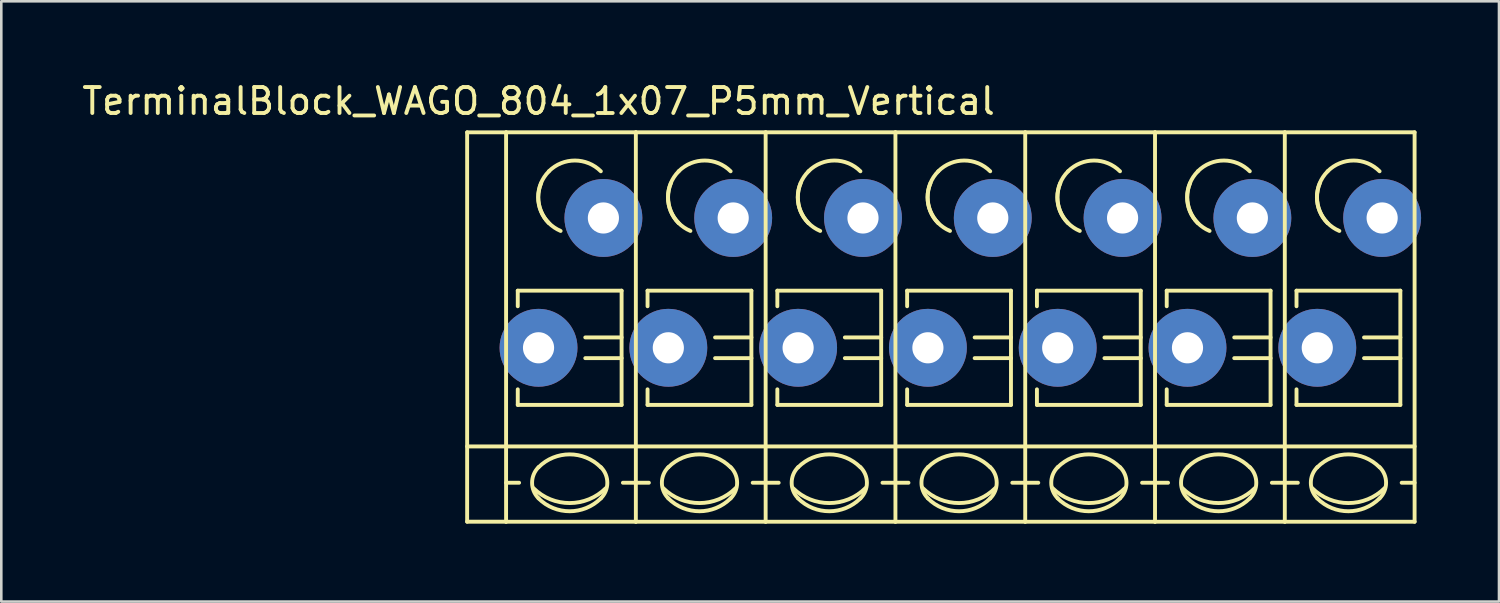
<source format=kicad_pcb>
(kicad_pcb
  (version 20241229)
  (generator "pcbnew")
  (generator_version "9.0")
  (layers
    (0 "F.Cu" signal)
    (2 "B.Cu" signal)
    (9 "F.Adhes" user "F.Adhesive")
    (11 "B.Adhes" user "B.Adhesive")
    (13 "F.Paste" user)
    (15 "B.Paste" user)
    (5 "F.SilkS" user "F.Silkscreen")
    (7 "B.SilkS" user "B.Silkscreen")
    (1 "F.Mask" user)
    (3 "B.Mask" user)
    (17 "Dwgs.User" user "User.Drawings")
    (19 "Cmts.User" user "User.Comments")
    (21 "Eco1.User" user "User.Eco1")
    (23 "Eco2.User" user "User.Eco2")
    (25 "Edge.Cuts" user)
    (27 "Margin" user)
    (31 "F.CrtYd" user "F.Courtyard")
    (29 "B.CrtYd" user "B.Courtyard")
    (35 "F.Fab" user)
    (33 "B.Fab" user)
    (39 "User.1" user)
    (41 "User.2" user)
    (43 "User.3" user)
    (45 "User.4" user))
  (footprint "TerminalBlock_WAGO_804_1x07_P5mm_Vertical"
    (layer "F.Cu")
    (at 17.696 10.348)
    (property "Reference" "TerminalBlock_WAGO_804_1x07_P5mm_Vertical" (at 0 -9.5 0) (layer "F.SilkS") (effects (font (size 1 1) (thickness 0.15))))
    (attr through_hole)
    (fp_line (start -2.75 -8.3) (end -1.25 -8.3) (stroke (width 0.15) (type solid)) (layer "F.SilkS"))
    (fp_line (start -2.75 6.7) (end -2.75 -8.3) (stroke (width 0.15) (type solid)) (layer "F.SilkS"))
    (fp_line (start -1.25 6.7) (end -2.75 6.7) (stroke (width 0.15) (type solid)) (layer "F.SilkS"))
    (fp_line (start -1.25 5.199) (end -0.749 5.199) (stroke (width 0.15) (type solid)) (layer "F.SilkS"))
    (fp_line (start -1.25 6.701) (end -1.25 -8.301) (stroke (width 0.15) (type solid)) (layer "F.SilkS"))
    (fp_line (start -0.8 -2.2) (end -0.8 -1.6) (stroke (width 0.15) (type solid)) (layer "F.SilkS"))
    (fp_line (start -0.8 -2.2) (end 3.2 -2.2) (stroke (width 0.15) (type solid)) (layer "F.SilkS"))
    (fp_line (start -0.8 2.2) (end -0.8 1.6) (stroke (width 0.15) (type solid)) (layer "F.SilkS"))
    (fp_line (start 3.2 -2.2) (end 3.2 2.2) (stroke (width 0.15) (type solid)) (layer "F.SilkS"))
    (fp_line (start 3.2 -0.399) (end 1.801 -0.399) (stroke (width 0.15) (type solid)) (layer "F.SilkS"))
    (fp_line (start 3.2 0.399) (end 1.801 0.399) (stroke (width 0.15) (type solid)) (layer "F.SilkS"))
    (fp_line (start 3.2 2.2) (end -0.8 2.2) (stroke (width 0.15) (type solid)) (layer "F.SilkS"))
    (fp_line (start 3.749 -8.301) (end -1.25 -8.301) (stroke (width 0.15) (type solid)) (layer "F.SilkS"))
    (fp_line (start 3.749 -8.301) (end 3.749 6.701) (stroke (width 0.15) (type solid)) (layer "F.SilkS"))
    (fp_line (start 3.749 5.199) (end 3.251 5.199) (stroke (width 0.15) (type solid)) (layer "F.SilkS"))
    (fp_line (start 3.749 6.701) (end -1.25 6.701) (stroke (width 0.15) (type solid)) (layer "F.SilkS"))
    (fp_line (start 3.75 3.8) (end -2.75 3.8) (stroke (width 0.15) (type solid)) (layer "F.SilkS"))
    (fp_line (start 3.75 3.8) (end 8.75 3.8) (stroke (width 0.15) (type solid)) (layer "F.SilkS"))
    (fp_line (start 3.75 5.199) (end 4.251 5.199) (stroke (width 0.15) (type solid)) (layer "F.SilkS"))
    (fp_line (start 4.2 -2.2) (end 4.2 -1.6) (stroke (width 0.15) (type solid)) (layer "F.SilkS"))
    (fp_line (start 4.2 -2.2) (end 8.2 -2.2) (stroke (width 0.15) (type solid)) (layer "F.SilkS"))
    (fp_line (start 4.2 2.2) (end 4.2 1.6) (stroke (width 0.15) (type solid)) (layer "F.SilkS"))
    (fp_line (start 8.2 -2.2) (end 8.2 2.2) (stroke (width 0.15) (type solid)) (layer "F.SilkS"))
    (fp_line (start 8.2 -0.399) (end 6.801 -0.399) (stroke (width 0.15) (type solid)) (layer "F.SilkS"))
    (fp_line (start 8.2 0.399) (end 6.801 0.399) (stroke (width 0.15) (type solid)) (layer "F.SilkS"))
    (fp_line (start 8.2 2.2) (end 4.2 2.2) (stroke (width 0.15) (type solid)) (layer "F.SilkS"))
    (fp_line (start 8.749 -8.301) (end 3.75 -8.301) (stroke (width 0.15) (type solid)) (layer "F.SilkS"))
    (fp_line (start 8.749 -8.301) (end 8.749 6.701) (stroke (width 0.15) (type solid)) (layer "F.SilkS"))
    (fp_line (start 8.749 5.199) (end 8.251 5.199) (stroke (width 0.15) (type solid)) (layer "F.SilkS"))
    (fp_line (start 8.749 6.701) (end 3.75 6.701) (stroke (width 0.15) (type solid)) (layer "F.SilkS"))
    (fp_line (start 8.75 3.8) (end 13.75 3.8) (stroke (width 0.15) (type solid)) (layer "F.SilkS"))
    (fp_line (start 8.75 5.199) (end 9.251 5.199) (stroke (width 0.15) (type solid)) (layer "F.SilkS"))
    (fp_line (start 9.2 -2.2) (end 9.2 -1.6) (stroke (width 0.15) (type solid)) (layer "F.SilkS"))
    (fp_line (start 9.2 -2.2) (end 13.2 -2.2) (stroke (width 0.15) (type solid)) (layer "F.SilkS"))
    (fp_line (start 9.2 2.2) (end 9.2 1.6) (stroke (width 0.15) (type solid)) (layer "F.SilkS"))
    (fp_line (start 13.2 -2.2) (end 13.2 2.2) (stroke (width 0.15) (type solid)) (layer "F.SilkS"))
    (fp_line (start 13.2 -0.399) (end 11.801 -0.399) (stroke (width 0.15) (type solid)) (layer "F.SilkS"))
    (fp_line (start 13.2 0.399) (end 11.801 0.399) (stroke (width 0.15) (type solid)) (layer "F.SilkS"))
    (fp_line (start 13.2 2.2) (end 9.2 2.2) (stroke (width 0.15) (type solid)) (layer "F.SilkS"))
    (fp_line (start 13.749 -8.301) (end 8.75 -8.301) (stroke (width 0.15) (type solid)) (layer "F.SilkS"))
    (fp_line (start 13.749 -8.301) (end 13.749 6.701) (stroke (width 0.15) (type solid)) (layer "F.SilkS"))
    (fp_line (start 13.749 5.199) (end 13.251 5.199) (stroke (width 0.15) (type solid)) (layer "F.SilkS"))
    (fp_line (start 13.749 6.701) (end 8.75 6.701) (stroke (width 0.15) (type solid)) (layer "F.SilkS"))
    (fp_line (start 13.75 3.8) (end 18.75 3.8) (stroke (width 0.15) (type solid)) (layer "F.SilkS"))
    (fp_line (start 13.75 5.199) (end 14.251 5.199) (stroke (width 0.15) (type solid)) (layer "F.SilkS"))
    (fp_line (start 14.2 -2.2) (end 14.2 -1.6) (stroke (width 0.15) (type solid)) (layer "F.SilkS"))
    (fp_line (start 14.2 -2.2) (end 18.2 -2.2) (stroke (width 0.15) (type solid)) (layer "F.SilkS"))
    (fp_line (start 14.2 2.2) (end 14.2 1.6) (stroke (width 0.15) (type solid)) (layer "F.SilkS"))
    (fp_line (start 18.2 -2.2) (end 18.2 2.2) (stroke (width 0.15) (type solid)) (layer "F.SilkS"))
    (fp_line (start 18.2 -0.399) (end 16.801 -0.399) (stroke (width 0.15) (type solid)) (layer "F.SilkS"))
    (fp_line (start 18.2 0.399) (end 16.801 0.399) (stroke (width 0.15) (type solid)) (layer "F.SilkS"))
    (fp_line (start 18.2 2.2) (end 14.2 2.2) (stroke (width 0.15) (type solid)) (layer "F.SilkS"))
    (fp_line (start 18.749 -8.301) (end 13.75 -8.301) (stroke (width 0.15) (type solid)) (layer "F.SilkS"))
    (fp_line (start 18.749 -8.301) (end 18.749 6.701) (stroke (width 0.15) (type solid)) (layer "F.SilkS"))
    (fp_line (start 18.749 5.199) (end 18.251 5.199) (stroke (width 0.15) (type solid)) (layer "F.SilkS"))
    (fp_line (start 18.749 6.701) (end 13.75 6.701) (stroke (width 0.15) (type solid)) (layer "F.SilkS"))
    (fp_line (start 18.75 3.8) (end 23.75 3.8) (stroke (width 0.15) (type solid)) (layer "F.SilkS"))
    (fp_line (start 18.75 5.199) (end 19.251 5.199) (stroke (width 0.15) (type solid)) (layer "F.SilkS"))
    (fp_line (start 19.2 -2.2) (end 19.2 -1.6) (stroke (width 0.15) (type solid)) (layer "F.SilkS"))
    (fp_line (start 19.2 -2.2) (end 23.2 -2.2) (stroke (width 0.15) (type solid)) (layer "F.SilkS"))
    (fp_line (start 19.2 2.2) (end 19.2 1.6) (stroke (width 0.15) (type solid)) (layer "F.SilkS"))
    (fp_line (start 23.2 -2.2) (end 23.2 2.2) (stroke (width 0.15) (type solid)) (layer "F.SilkS"))
    (fp_line (start 23.2 -0.399) (end 21.801 -0.399) (stroke (width 0.15) (type solid)) (layer "F.SilkS"))
    (fp_line (start 23.2 0.399) (end 21.801 0.399) (stroke (width 0.15) (type solid)) (layer "F.SilkS"))
    (fp_line (start 23.2 2.2) (end 19.2 2.2) (stroke (width 0.15) (type solid)) (layer "F.SilkS"))
    (fp_line (start 23.749 -8.301) (end 18.75 -8.301) (stroke (width 0.15) (type solid)) (layer "F.SilkS"))
    (fp_line (start 23.749 -8.301) (end 23.749 6.701) (stroke (width 0.15) (type solid)) (layer "F.SilkS"))
    (fp_line (start 23.749 5.199) (end 23.251 5.199) (stroke (width 0.15) (type solid)) (layer "F.SilkS"))
    (fp_line (start 23.749 6.701) (end 18.75 6.701) (stroke (width 0.15) (type solid)) (layer "F.SilkS"))
    (fp_line (start 23.75 3.8) (end 28.75 3.8) (stroke (width 0.15) (type solid)) (layer "F.SilkS"))
    (fp_line (start 23.75 5.199) (end 24.251 5.199) (stroke (width 0.15) (type solid)) (layer "F.SilkS"))
    (fp_line (start 24.2 -2.2) (end 24.2 -1.6) (stroke (width 0.15) (type solid)) (layer "F.SilkS"))
    (fp_line (start 24.2 -2.2) (end 28.2 -2.2) (stroke (width 0.15) (type solid)) (layer "F.SilkS"))
    (fp_line (start 24.2 2.2) (end 24.2 1.6) (stroke (width 0.15) (type solid)) (layer "F.SilkS"))
    (fp_line (start 28.2 -2.2) (end 28.2 2.2) (stroke (width 0.15) (type solid)) (layer "F.SilkS"))
    (fp_line (start 28.2 -0.399) (end 26.801 -0.399) (stroke (width 0.15) (type solid)) (layer "F.SilkS"))
    (fp_line (start 28.2 0.399) (end 26.801 0.399) (stroke (width 0.15) (type solid)) (layer "F.SilkS"))
    (fp_line (start 28.2 2.2) (end 24.2 2.2) (stroke (width 0.15) (type solid)) (layer "F.SilkS"))
    (fp_line (start 28.749 -8.301) (end 23.75 -8.301) (stroke (width 0.15) (type solid)) (layer "F.SilkS"))
    (fp_line (start 28.749 -8.301) (end 28.749 6.701) (stroke (width 0.15) (type solid)) (layer "F.SilkS"))
    (fp_line (start 28.749 5.199) (end 28.251 5.199) (stroke (width 0.15) (type solid)) (layer "F.SilkS"))
    (fp_line (start 28.749 6.701) (end 23.75 6.701) (stroke (width 0.15) (type solid)) (layer "F.SilkS"))
    (fp_line (start 28.75 3.8) (end 33.75 3.8) (stroke (width 0.15) (type solid)) (layer "F.SilkS"))
    (fp_line (start 28.75 5.199) (end 29.251 5.199) (stroke (width 0.15) (type solid)) (layer "F.SilkS"))
    (fp_line (start 29.2 -2.2) (end 29.2 -1.6) (stroke (width 0.15) (type solid)) (layer "F.SilkS"))
    (fp_line (start 29.2 -2.2) (end 33.2 -2.2) (stroke (width 0.15) (type solid)) (layer "F.SilkS"))
    (fp_line (start 29.2 2.2) (end 29.2 1.6) (stroke (width 0.15) (type solid)) (layer "F.SilkS"))
    (fp_line (start 33.2 -2.2) (end 33.2 2.2) (stroke (width 0.15) (type solid)) (layer "F.SilkS"))
    (fp_line (start 33.2 -0.399) (end 31.801 -0.399) (stroke (width 0.15) (type solid)) (layer "F.SilkS"))
    (fp_line (start 33.2 0.399) (end 31.801 0.399) (stroke (width 0.15) (type solid)) (layer "F.SilkS"))
    (fp_line (start 33.2 2.2) (end 29.2 2.2) (stroke (width 0.15) (type solid)) (layer "F.SilkS"))
    (fp_line (start 33.749 -8.301) (end 28.75 -8.301) (stroke (width 0.15) (type solid)) (layer "F.SilkS"))
    (fp_line (start 33.749 -8.301) (end 33.749 6.701) (stroke (width 0.15) (type solid)) (layer "F.SilkS"))
    (fp_line (start 33.749 5.199) (end 33.251 5.199) (stroke (width 0.15) (type solid)) (layer "F.SilkS"))
    (fp_line (start 33.749 6.701) (end 28.75 6.701) (stroke (width 0.15) (type solid)) (layer "F.SilkS"))
    (fp_arc (start 0 4.60248) (mid 1.19888 4.105888) (end 2.39776 4.60248) (stroke (width 0.15) (type solid)) (layer "F.SilkS"))
    (fp_arc (start 0 5.79882) (mid -0.248296 5.19938) (end 0 4.59994) (stroke (width 0.15) (type solid)) (layer "F.SilkS"))
    (fp_arc (start 0.39878 -6.79958) (mid 1.39954 -7.214108) (end 2.4003 -6.79958) (stroke (width 0.15) (type solid)) (layer "F.SilkS"))
    (fp_arc (start 0.39878 -4.8006) (mid -0.013952 -5.800616) (end 0.40132 -6.79958) (stroke (width 0.15) (type solid)) (layer "F.SilkS"))
    (fp_arc (start 0.8509 -4.50088) (mid 0.093811 -5.268985) (end 0.1016 -6.34746) (stroke (width 0.15) (type solid)) (layer "F.SilkS"))
    (fp_arc (start 2.4003 5.79882) (mid 1.200676 6.297208) (end 0 5.80136) (stroke (width 0.15) (type solid)) (layer "F.SilkS"))
    (fp_arc (start 2.40284 4.59994) (mid 2.650392 5.201176) (end 2.4003 5.80136) (stroke (width 0.15) (type solid)) (layer "F.SilkS"))
    (fp_arc (start 2.60096 5.40004) (mid 1.200676 5.981545) (end -0.20066 5.40258) (stroke (width 0.15) (type solid)) (layer "F.SilkS"))
    (fp_arc (start 5 4.60248) (mid 6.19888 4.105888) (end 7.39776 4.60248) (stroke (width 0.15) (type solid)) (layer "F.SilkS"))
    (fp_arc (start 5 5.79882) (mid 4.751704 5.19938) (end 5 4.59994) (stroke (width 0.15) (type solid)) (layer "F.SilkS"))
    (fp_arc (start 5.39878 -6.79958) (mid 6.39954 -7.214108) (end 7.4003 -6.79958) (stroke (width 0.15) (type solid)) (layer "F.SilkS"))
    (fp_arc (start 5.39878 -4.8006) (mid 4.986048 -5.800616) (end 5.40132 -6.79958) (stroke (width 0.15) (type solid)) (layer "F.SilkS"))
    (fp_arc (start 5.8509 -4.50088) (mid 5.093811 -5.268985) (end 5.1016 -6.34746) (stroke (width 0.15) (type solid)) (layer "F.SilkS"))
    (fp_arc (start 7.4003 5.79882) (mid 6.200676 6.297208) (end 5 5.80136) (stroke (width 0.15) (type solid)) (layer "F.SilkS"))
    (fp_arc (start 7.40284 4.59994) (mid 7.650392 5.201176) (end 7.4003 5.80136) (stroke (width 0.15) (type solid)) (layer "F.SilkS"))
    (fp_arc (start 7.60096 5.40004) (mid 6.200676 5.981545) (end 4.79934 5.40258) (stroke (width 0.15) (type solid)) (layer "F.SilkS"))
    (fp_arc (start 10 4.60248) (mid 11.19888 4.105888) (end 12.39776 4.60248) (stroke (width 0.15) (type solid)) (layer "F.SilkS"))
    (fp_arc (start 10 5.79882) (mid 9.751704 5.19938) (end 10 4.59994) (stroke (width 0.15) (type solid)) (layer "F.SilkS"))
    (fp_arc (start 10.39878 -6.79958) (mid 11.39954 -7.214108) (end 12.4003 -6.79958) (stroke (width 0.15) (type solid)) (layer "F.SilkS"))
    (fp_arc (start 10.39878 -4.8006) (mid 9.986048 -5.800616) (end 10.40132 -6.79958) (stroke (width 0.15) (type solid)) (layer "F.SilkS"))
    (fp_arc (start 10.8509 -4.50088) (mid 10.093811 -5.268985) (end 10.1016 -6.34746) (stroke (width 0.15) (type solid)) (layer "F.SilkS"))
    (fp_arc (start 12.4003 5.79882) (mid 11.200676 6.297208) (end 10 5.80136) (stroke (width 0.15) (type solid)) (layer "F.SilkS"))
    (fp_arc (start 12.40284 4.59994) (mid 12.650392 5.201176) (end 12.4003 5.80136) (stroke (width 0.15) (type solid)) (layer "F.SilkS"))
    (fp_arc (start 12.60096 5.40004) (mid 11.200676 5.981545) (end 9.79934 5.40258) (stroke (width 0.15) (type solid)) (layer "F.SilkS"))
    (fp_arc (start 15 4.60248) (mid 16.19888 4.105888) (end 17.39776 4.60248) (stroke (width 0.15) (type solid)) (layer "F.SilkS"))
    (fp_arc (start 15 5.79882) (mid 14.751704 5.19938) (end 15 4.59994) (stroke (width 0.15) (type solid)) (layer "F.SilkS"))
    (fp_arc (start 15.39878 -6.79958) (mid 16.39954 -7.214108) (end 17.4003 -6.79958) (stroke (width 0.15) (type solid)) (layer "F.SilkS"))
    (fp_arc (start 15.39878 -4.8006) (mid 14.986048 -5.800616) (end 15.40132 -6.79958) (stroke (width 0.15) (type solid)) (layer "F.SilkS"))
    (fp_arc (start 15.8509 -4.50088) (mid 15.093811 -5.268985) (end 15.1016 -6.34746) (stroke (width 0.15) (type solid)) (layer "F.SilkS"))
    (fp_arc (start 17.4003 5.79882) (mid 16.200676 6.297208) (end 15 5.80136) (stroke (width 0.15) (type solid)) (layer "F.SilkS"))
    (fp_arc (start 17.40284 4.59994) (mid 17.650392 5.201176) (end 17.4003 5.80136) (stroke (width 0.15) (type solid)) (layer "F.SilkS"))
    (fp_arc (start 17.60096 5.40004) (mid 16.200676 5.981545) (end 14.79934 5.40258) (stroke (width 0.15) (type solid)) (layer "F.SilkS"))
    (fp_arc (start 20 4.60248) (mid 21.19888 4.105888) (end 22.39776 4.60248) (stroke (width 0.15) (type solid)) (layer "F.SilkS"))
    (fp_arc (start 20 5.79882) (mid 19.751704 5.19938) (end 20 4.59994) (stroke (width 0.15) (type solid)) (layer "F.SilkS"))
    (fp_arc (start 20.39878 -6.79958) (mid 21.39954 -7.214108) (end 22.4003 -6.79958) (stroke (width 0.15) (type solid)) (layer "F.SilkS"))
    (fp_arc (start 20.39878 -4.8006) (mid 19.986048 -5.800616) (end 20.40132 -6.79958) (stroke (width 0.15) (type solid)) (layer "F.SilkS"))
    (fp_arc (start 20.8509 -4.50088) (mid 20.093811 -5.268985) (end 20.1016 -6.34746) (stroke (width 0.15) (type solid)) (layer "F.SilkS"))
    (fp_arc (start 22.4003 5.79882) (mid 21.200676 6.297208) (end 20 5.80136) (stroke (width 0.15) (type solid)) (layer "F.SilkS"))
    (fp_arc (start 22.40284 4.59994) (mid 22.650392 5.201176) (end 22.4003 5.80136) (stroke (width 0.15) (type solid)) (layer "F.SilkS"))
    (fp_arc (start 22.60096 5.40004) (mid 21.200676 5.981545) (end 19.79934 5.40258) (stroke (width 0.15) (type solid)) (layer "F.SilkS"))
    (fp_arc (start 25 4.60248) (mid 26.19888 4.105888) (end 27.39776 4.60248) (stroke (width 0.15) (type solid)) (layer "F.SilkS"))
    (fp_arc (start 25 5.79882) (mid 24.751704 5.19938) (end 25 4.59994) (stroke (width 0.15) (type solid)) (layer "F.SilkS"))
    (fp_arc (start 25.39878 -6.79958) (mid 26.39954 -7.214108) (end 27.4003 -6.79958) (stroke (width 0.15) (type solid)) (layer "F.SilkS"))
    (fp_arc (start 25.39878 -4.8006) (mid 24.986048 -5.800616) (end 25.40132 -6.79958) (stroke (width 0.15) (type solid)) (layer "F.SilkS"))
    (fp_arc (start 25.8509 -4.50088) (mid 25.093811 -5.268985) (end 25.1016 -6.34746) (stroke (width 0.15) (type solid)) (layer "F.SilkS"))
    (fp_arc (start 27.4003 5.79882) (mid 26.200676 6.297208) (end 25 5.80136) (stroke (width 0.15) (type solid)) (layer "F.SilkS"))
    (fp_arc (start 27.40284 4.59994) (mid 27.650392 5.201176) (end 27.4003 5.80136) (stroke (width 0.15) (type solid)) (layer "F.SilkS"))
    (fp_arc (start 27.60096 5.40004) (mid 26.200676 5.981545) (end 24.79934 5.40258) (stroke (width 0.15) (type solid)) (layer "F.SilkS"))
    (fp_arc (start 30 4.60248) (mid 31.19888 4.105888) (end 32.39776 4.60248) (stroke (width 0.15) (type solid)) (layer "F.SilkS"))
    (fp_arc (start 30 5.79882) (mid 29.751704 5.19938) (end 30 4.59994) (stroke (width 0.15) (type solid)) (layer "F.SilkS"))
    (fp_arc (start 30.39878 -6.79958) (mid 31.39954 -7.214108) (end 32.4003 -6.79958) (stroke (width 0.15) (type solid)) (layer "F.SilkS"))
    (fp_arc (start 30.39878 -4.8006) (mid 29.986048 -5.800616) (end 30.40132 -6.79958) (stroke (width 0.15) (type solid)) (layer "F.SilkS"))
    (fp_arc (start 30.8509 -4.50088) (mid 30.093811 -5.268985) (end 30.1016 -6.34746) (stroke (width 0.15) (type solid)) (layer "F.SilkS"))
    (fp_arc (start 32.4003 5.79882) (mid 31.200676 6.297208) (end 30 5.80136) (stroke (width 0.15) (type solid)) (layer "F.SilkS"))
    (fp_arc (start 32.40284 4.59994) (mid 32.650392 5.201176) (end 32.4003 5.80136) (stroke (width 0.15) (type solid)) (layer "F.SilkS"))
    (fp_arc (start 32.60096 5.40004) (mid 31.200676 5.981545) (end 29.79934 5.40258) (stroke (width 0.15) (type solid)) (layer "F.SilkS"))
    (pad "1" thru_hole circle (at 0 0) (size 3 3) (drill 1.2) (layers "*.Cu" "*.Mask"))
    (pad "1" thru_hole circle (at 2.499 -5.001) (size 3 3) (drill 1.2) (layers "*.Cu" "*.Mask"))
    (pad "2" thru_hole circle (at 5 0) (size 3 3) (drill 1.2) (layers "*.Cu" "*.Mask"))
    (pad "2" thru_hole circle (at 7.499 -5.001) (size 3 3) (drill 1.2) (layers "*.Cu" "*.Mask"))
    (pad "3" thru_hole circle (at 10 0) (size 3 3) (drill 1.2) (layers "*.Cu" "*.Mask"))
    (pad "3" thru_hole circle (at 12.499 -5.001) (size 3 3) (drill 1.2) (layers "*.Cu" "*.Mask"))
    (pad "4" thru_hole circle (at 15 0) (size 3 3) (drill 1.2) (layers "*.Cu" "*.Mask"))
    (pad "4" thru_hole circle (at 17.499 -5.001) (size 3 3) (drill 1.2) (layers "*.Cu" "*.Mask"))
    (pad "5" thru_hole circle (at 20 0) (size 3 3) (drill 1.2) (layers "*.Cu" "*.Mask"))
    (pad "5" thru_hole circle (at 22.499 -5.001) (size 3 3) (drill 1.2) (layers "*.Cu" "*.Mask"))
    (pad "6" thru_hole circle (at 25 0) (size 3 3) (drill 1.2) (layers "*.Cu" "*.Mask"))
    (pad "6" thru_hole circle (at 27.499 -5.001) (size 3 3) (drill 1.2) (layers "*.Cu" "*.Mask"))
    (pad "7" thru_hole circle (at 30 0) (size 3 3) (drill 1.2) (layers "*.Cu" "*.Mask"))
    (pad "7" thru_hole circle (at 32.499 -5.001) (size 3 3) (drill 1.2) (layers "*.Cu" "*.Mask")))
  (gr_rect
    (start -3 -3)
    (end 54.696 20.124)
    (stroke (width 0.1) (type default))
    (fill no)
    (layer "Edge.Cuts")))
</source>
